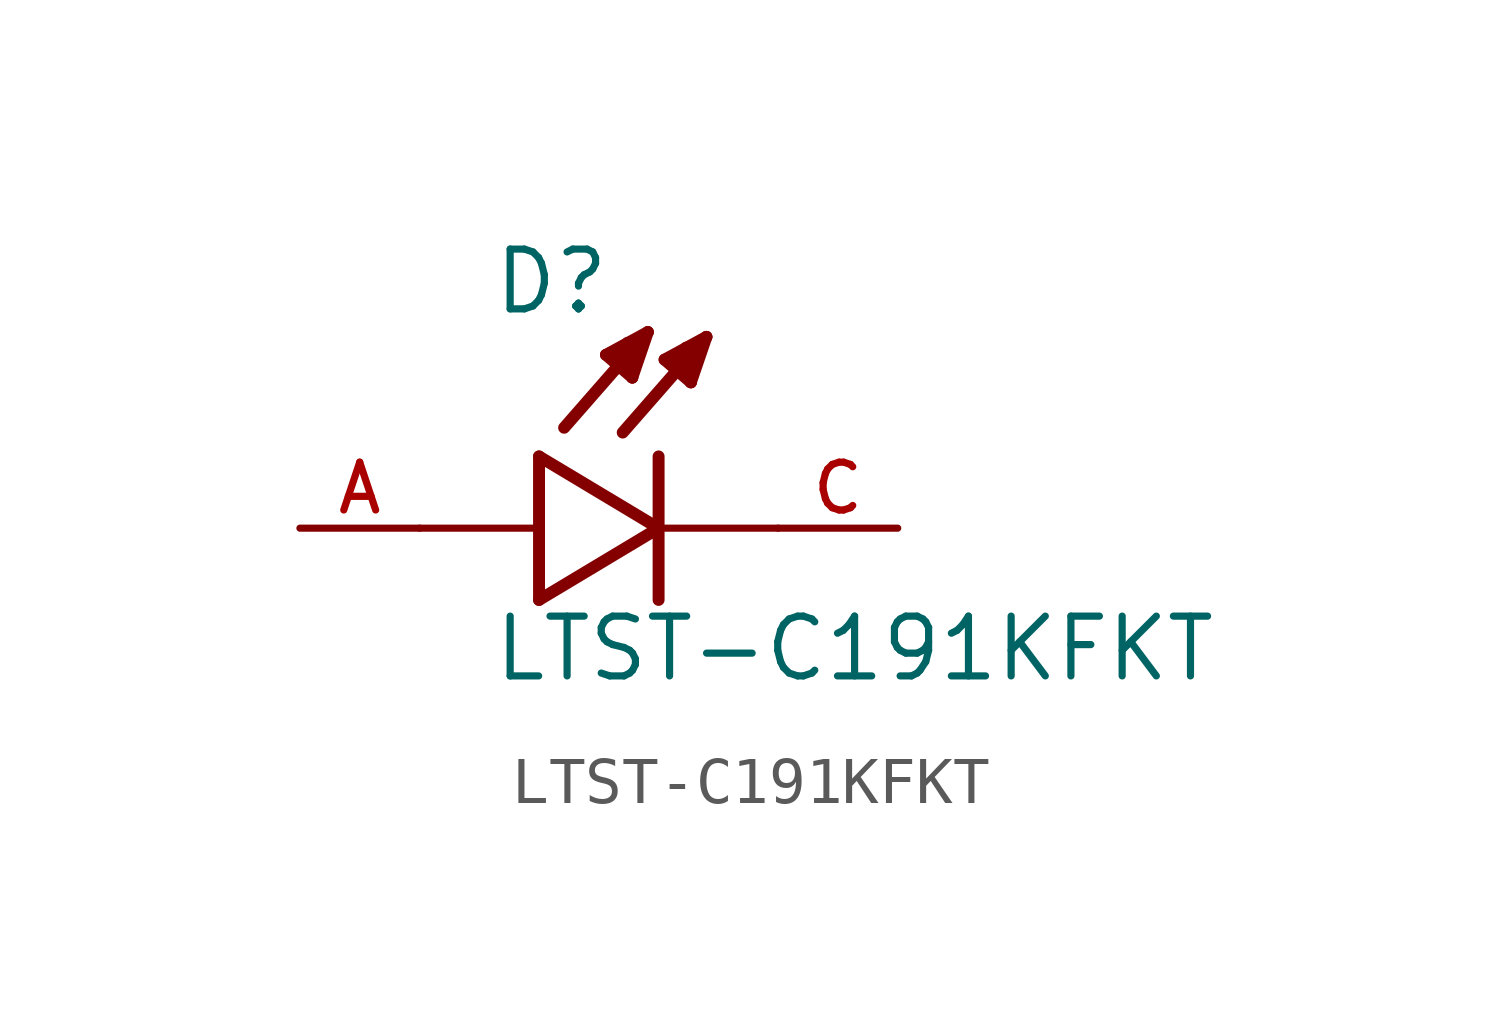
<source format=kicad_sym>
(kicad_symbol_lib
  (version 20211014)
  (generator kicad_symbol_editor)
  (symbol "LTST-C191KFKT"
    (pin_names
      (offset 1.016))
    (property "Reference" "D"
      (at -3.556 4.496 0)
      (effects (font (size 1.27 1.27)) (justify bottom left)))
    (property "Value" "LTST-C191KFKT"
      (at -3.556 -3.302 0)
      (effects (font (size 1.27 1.27)) (justify bottom left)))
    (symbol "LTST-C191KFKT_0_0"
      (polyline (pts (xy -2.54 1.524) (xy -2.54 0.0)) (stroke (width 0.254)))
      (polyline (pts (xy -2.54 0.0) (xy -2.54 -1.524)) (stroke (width 0.254)))
      (polyline (pts (xy -2.54 -1.524) (xy 0.0 0.0)) (stroke (width 0.254)))
      (polyline (pts (xy 0.0 0.0) (xy -2.54 1.524)) (stroke (width 0.254)))
      (polyline (pts (xy 0.0 1.524) (xy 0.0 0.0)) (stroke (width 0.254)))
      (polyline (pts (xy 0.0 0.0) (xy 0.0 -1.524)) (stroke (width 0.254)))
      (polyline (pts (xy -2.54 0.0) (xy -5.08 0.0)) (stroke (width 0.152)))
      (polyline (pts (xy 1.016 4.064) (xy -0.762 2.032)) (stroke (width 0.254)))
      (polyline (pts (xy 0.686 3.099) (xy 0.127 3.581)) (stroke (width 0.254)))
      (polyline (pts (xy 0.127 3.581) (xy 1.016 4.064)) (stroke (width 0.254)))
      (polyline (pts (xy 1.016 4.064) (xy 0.686 3.099)) (stroke (width 0.254)))
      (polyline (pts (xy 0.686 3.099) (xy 0.711 3.835)) (stroke (width 0.254)))
      (polyline (pts (xy 0.711 3.835) (xy 0.584 3.835)) (stroke (width 0.254)))
      (polyline (pts (xy 0.305 3.505) (xy 0.533 3.658)) (stroke (width 0.254)))
      (polyline (pts (xy -0.229 4.166) (xy -2.007 2.134)) (stroke (width 0.254)))
      (polyline (pts (xy -0.559 3.2) (xy -1.118 3.683)) (stroke (width 0.254)))
      (polyline (pts (xy -1.118 3.683) (xy -0.229 4.166)) (stroke (width 0.254)))
      (polyline (pts (xy -0.229 4.166) (xy -0.559 3.2)) (stroke (width 0.254)))
      (polyline (pts (xy -0.559 3.2) (xy -0.533 3.937)) (stroke (width 0.254)))
      (polyline (pts (xy -0.533 3.937) (xy -0.66 3.937)) (stroke (width 0.254)))
      (polyline (pts (xy -0.94 3.607) (xy -0.711 3.759)) (stroke (width 0.254)))
      (polyline (pts (xy 2.54 0.0) (xy 0.0 0.0)) (stroke (width 0.152)))
      (pin passive line (at 5.08 0.0 180.0) (length 2.54) (name "~" (effects (font (size 1.016 1.016)))) (number "C" (effects (font (size 1.016 1.016)))))
      (pin passive line (at -7.62 0.0 0) (length 2.54) (name "~" (effects (font (size 1.016 1.016)))) (number "A" (effects (font (size 1.016 1.016))))))))
</source>
